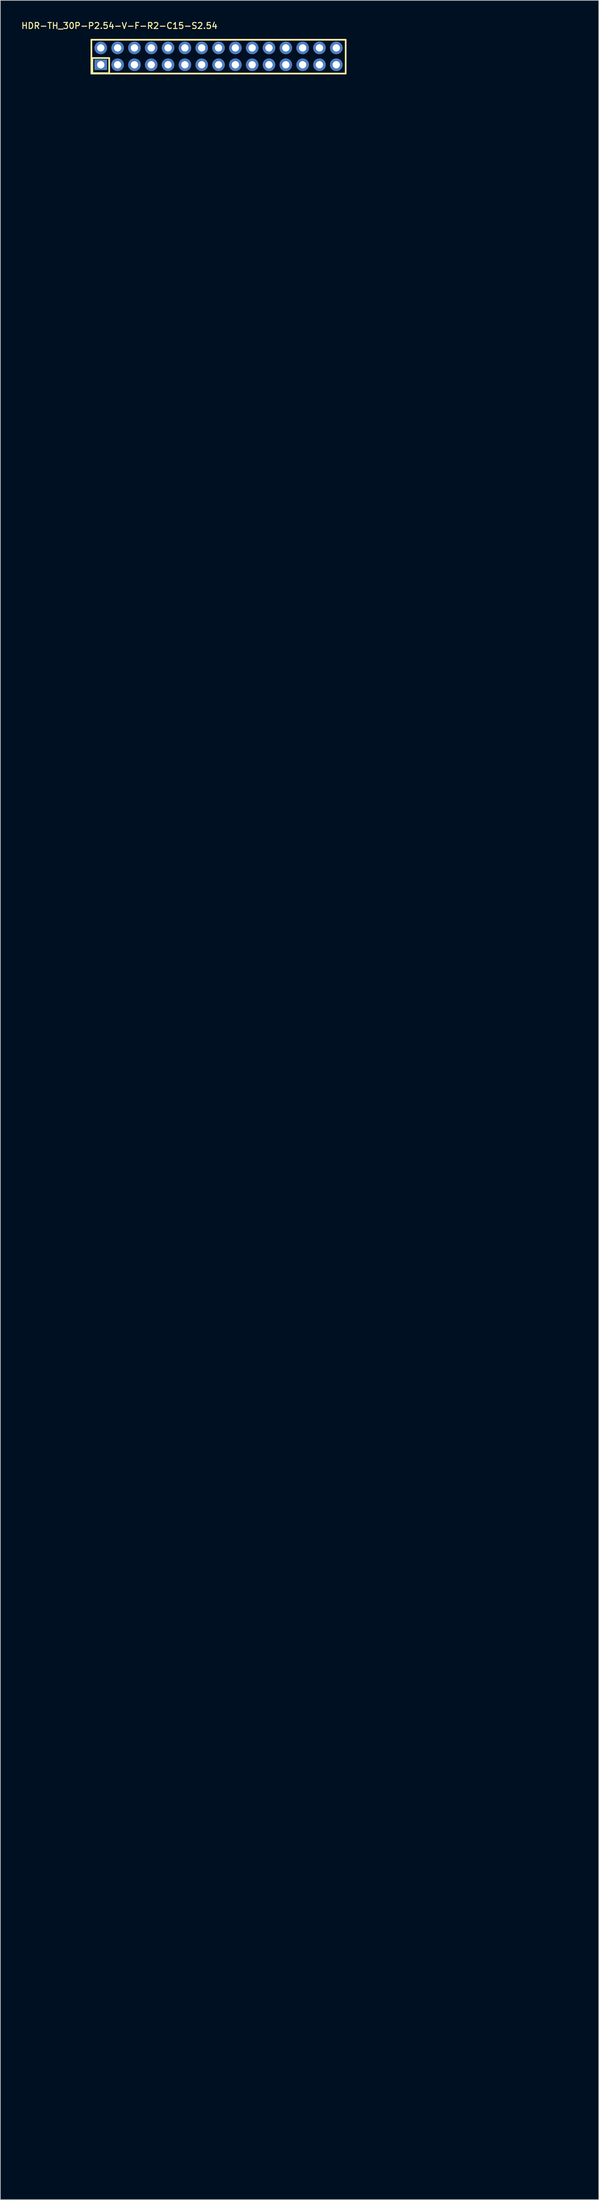
<source format=kicad_pcb>
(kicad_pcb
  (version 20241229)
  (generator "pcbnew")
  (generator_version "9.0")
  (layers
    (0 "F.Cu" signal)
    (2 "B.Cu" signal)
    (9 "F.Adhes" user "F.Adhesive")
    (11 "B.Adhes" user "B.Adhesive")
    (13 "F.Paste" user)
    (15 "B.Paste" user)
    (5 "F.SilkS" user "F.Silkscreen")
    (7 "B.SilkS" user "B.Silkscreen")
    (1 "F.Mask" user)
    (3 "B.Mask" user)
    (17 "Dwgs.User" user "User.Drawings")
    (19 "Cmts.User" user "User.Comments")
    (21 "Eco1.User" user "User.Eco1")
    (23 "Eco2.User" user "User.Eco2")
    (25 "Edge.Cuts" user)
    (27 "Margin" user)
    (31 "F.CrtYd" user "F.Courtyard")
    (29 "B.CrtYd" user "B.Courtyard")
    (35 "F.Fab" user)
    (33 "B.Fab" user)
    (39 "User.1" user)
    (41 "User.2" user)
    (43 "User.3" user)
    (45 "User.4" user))
  (footprint "HDR-TH_30P-P2.54-V-F-R2-C15-S2.54"
    (layer "F.Cu")
    (at 29.948 5.444)
    (property "Reference" "HDR-TH_30P-P2.54-V-F-R2-C15-S2.54" (at -0.065 -4.072 180) (layer "F.SilkS") (effects (font (size 0.914 0.914) (thickness 0.152)) (justify right bottom)))
    (fp_line (start -19.2 -2.5) (end 19.2 -2.5) (stroke (width 0.254) (type default)) (layer "F.SilkS"))
    (fp_line (start -19.2 2.6) (end -19.2 -2.5) (stroke (width 0.254) (type default)) (layer "F.SilkS"))
    (fp_line (start -19.05 0.254) (end -16.51 0.254) (stroke (width 0.254) (type default)) (layer "F.SilkS"))
    (fp_line (start -19.05 2.54) (end -19.05 0.254) (stroke (width 0.254) (type default)) (layer "F.SilkS"))
    (fp_line (start -16.51 0.254) (end -16.51 2.54) (stroke (width 0.254) (type default)) (layer "F.SilkS"))
    (fp_line (start -16.51 2.54) (end -19.05 2.54) (stroke (width 0.254) (type default)) (layer "F.SilkS"))
    (fp_line (start 19.2 -2.5) (end 19.2 2.6) (stroke (width 0.254) (type default)) (layer "F.SilkS"))
    (fp_line (start 19.2 2.6) (end -19.2 2.6) (stroke (width 0.254) (type default)) (layer "F.SilkS"))
    (fp_circle (center -19.25 2.5) (end -19.22 2.5) (stroke (width 0.06) (type default)) (fill no) (layer "User.5"))
    (pad "1" thru_hole rect (at -17.78 1.27) (size 1.9 1.575) (drill 1.1) (layers "*.Cu" "*.Mask"))
    (pad "2" thru_hole oval (at -17.78 -1.27) (size 1.9 1.9) (drill 1.1) (layers "*.Cu" "*.Mask"))
    (pad "3" thru_hole oval (at -15.24 1.27) (size 1.9 1.9) (drill 1.1) (layers "*.Cu" "*.Mask"))
    (pad "4" thru_hole oval (at -15.24 -1.27) (size 1.9 1.9) (drill 1.1) (layers "*.Cu" "*.Mask"))
    (pad "5" thru_hole oval (at -12.7 1.27) (size 1.9 1.9) (drill 1.1) (layers "*.Cu" "*.Mask"))
    (pad "6" thru_hole oval (at -12.7 -1.27) (size 1.9 1.9) (drill 1.1) (layers "*.Cu" "*.Mask"))
    (pad "7" thru_hole oval (at -10.16 1.27) (size 1.9 1.9) (drill 1.1) (layers "*.Cu" "*.Mask"))
    (pad "8" thru_hole oval (at -10.16 -1.27) (size 1.9 1.9) (drill 1.1) (layers "*.Cu" "*.Mask"))
    (pad "9" thru_hole oval (at -7.62 1.27) (size 1.9 1.9) (drill 1.1) (layers "*.Cu" "*.Mask"))
    (pad "10" thru_hole oval (at -7.62 -1.27) (size 1.9 1.9) (drill 1.1) (layers "*.Cu" "*.Mask"))
    (pad "11" thru_hole oval (at -5.08 1.27) (size 1.9 1.9) (drill 1.1) (layers "*.Cu" "*.Mask"))
    (pad "12" thru_hole oval (at -5.08 -1.27) (size 1.9 1.9) (drill 1.1) (layers "*.Cu" "*.Mask"))
    (pad "13" thru_hole oval (at -2.54 1.27) (size 1.9 1.9) (drill 1.1) (layers "*.Cu" "*.Mask"))
    (pad "14" thru_hole oval (at -2.54 -1.27) (size 1.9 1.9) (drill 1.1) (layers "*.Cu" "*.Mask"))
    (pad "15" thru_hole oval (at 0 1.27) (size 1.9 1.9) (drill 1.1) (layers "*.Cu" "*.Mask"))
    (pad "16" thru_hole oval (at 0 -1.27) (size 1.9 1.9) (drill 1.1) (layers "*.Cu" "*.Mask"))
    (pad "17" thru_hole oval (at 2.54 1.27) (size 1.9 1.9) (drill 1.1) (layers "*.Cu" "*.Mask"))
    (pad "18" thru_hole oval (at 2.54 -1.27) (size 1.9 1.9) (drill 1.1) (layers "*.Cu" "*.Mask"))
    (pad "19" thru_hole oval (at 5.08 1.27) (size 1.9 1.9) (drill 1.1) (layers "*.Cu" "*.Mask"))
    (pad "20" thru_hole oval (at 5.08 -1.27) (size 1.9 1.9) (drill 1.1) (layers "*.Cu" "*.Mask"))
    (pad "21" thru_hole oval (at 7.62 1.27) (size 1.9 1.9) (drill 1.1) (layers "*.Cu" "*.Mask"))
    (pad "22" thru_hole oval (at 7.62 -1.27) (size 1.9 1.9) (drill 1.1) (layers "*.Cu" "*.Mask"))
    (pad "23" thru_hole oval (at 10.16 1.27) (size 1.9 1.9) (drill 1.1) (layers "*.Cu" "*.Mask"))
    (pad "24" thru_hole oval (at 10.16 -1.27) (size 1.9 1.9) (drill 1.1) (layers "*.Cu" "*.Mask"))
    (pad "25" thru_hole oval (at 12.7 1.27) (size 1.9 1.9) (drill 1.1) (layers "*.Cu" "*.Mask"))
    (pad "26" thru_hole oval (at 12.7 -1.27) (size 1.9 1.9) (drill 1.1) (layers "*.Cu" "*.Mask"))
    (pad "27" thru_hole oval (at 15.24 1.27) (size 1.9 1.9) (drill 1.1) (layers "*.Cu" "*.Mask"))
    (pad "28" thru_hole oval (at 15.24 -1.27) (size 1.9 1.9) (drill 1.1) (layers "*.Cu" "*.Mask"))
    (pad "29" thru_hole oval (at 17.78 1.27) (size 1.9 1.9) (drill 1.1) (layers "*.Cu" "*.Mask"))
    (pad "30" thru_hole oval (at 17.78 -1.27) (size 1.9 1.9) (drill 1.1) (layers "*.Cu" "*.Mask"))
    (zone (net_name "") (layer "User.3") (hatch edge 0.5) (priority 100) (connect_pads yes) (min_thickness 0) (filled_areas_thickness no) (fill yes) (polygon (pts (xy 45.861 325.627) (xy 45.861 320.627) (xy 84.361 320.627) (xy 84.361 325.627))) (filled_polygon (layer "User.3") (island) (pts (xy 45.861 325.627) (xy 45.861 320.627) (xy 84.361 320.627) (xy 84.361 325.627))))
    (zone (net_name "") (layer "User.4") (hatch edge 0.5) (priority 100) (connect_pads yes) (min_thickness 0) (filled_areas_thickness no) (fill yes) (polygon (pts (xy 46.661 322.712) (xy 47.301 322.712) (xy 47.301 323.112) (xy 46.661 323.112))) (filled_polygon (layer "User.4") (island) (pts (xy 46.661 322.712) (xy 47.301 322.712) (xy 47.301 323.112) (xy 46.661 323.112))))
    (zone (net_name "") (layer "User.4") (hatch edge 0.5) (priority 100) (connect_pads yes) (min_thickness 0) (filled_areas_thickness no) (fill yes) (polygon (pts (xy 46.661 325.252) (xy 47.301 325.252) (xy 47.301 325.652) (xy 46.661 325.652))) (filled_polygon (layer "User.4") (island) (pts (xy 46.661 325.252) (xy 47.301 325.252) (xy 47.301 325.652) (xy 46.661 325.652))))
    (zone (net_name "") (layer "User.4") (hatch edge 0.5) (priority 100) (connect_pads yes) (min_thickness 0) (filled_areas_thickness no) (fill yes) (polygon (pts (xy 49.201 322.712) (xy 49.841 322.712) (xy 49.841 323.112) (xy 49.201 323.112))) (filled_polygon (layer "User.4") (island) (pts (xy 49.201 322.712) (xy 49.841 322.712) (xy 49.841 323.112) (xy 49.201 323.112))))
    (zone (net_name "") (layer "User.4") (hatch edge 0.5) (priority 100) (connect_pads yes) (min_thickness 0) (filled_areas_thickness no) (fill yes) (polygon (pts (xy 49.201 325.252) (xy 49.841 325.252) (xy 49.841 325.652) (xy 49.201 325.652))) (filled_polygon (layer "User.4") (island) (pts (xy 49.201 325.252) (xy 49.841 325.252) (xy 49.841 325.652) (xy 49.201 325.652))))
    (zone (net_name "") (layer "User.4") (hatch edge 0.5) (priority 100) (connect_pads yes) (min_thickness 0) (filled_areas_thickness no) (fill yes) (polygon (pts (xy 51.741 322.712) (xy 52.381 322.712) (xy 52.381 323.112) (xy 51.741 323.112))) (filled_polygon (layer "User.4") (island) (pts (xy 51.741 322.712) (xy 52.381 322.712) (xy 52.381 323.112) (xy 51.741 323.112))))
    (zone (net_name "") (layer "User.4") (hatch edge 0.5) (priority 100) (connect_pads yes) (min_thickness 0) (filled_areas_thickness no) (fill yes) (polygon (pts (xy 51.741 325.252) (xy 52.381 325.252) (xy 52.381 325.652) (xy 51.741 325.652))) (filled_polygon (layer "User.4") (island) (pts (xy 51.741 325.252) (xy 52.381 325.252) (xy 52.381 325.652) (xy 51.741 325.652))))
    (zone (net_name "") (layer "User.4") (hatch edge 0.5) (priority 100) (connect_pads yes) (min_thickness 0) (filled_areas_thickness no) (fill yes) (polygon (pts (xy 54.281 322.712) (xy 54.921 322.712) (xy 54.921 323.112) (xy 54.281 323.112))) (filled_polygon (layer "User.4") (island) (pts (xy 54.281 322.712) (xy 54.921 322.712) (xy 54.921 323.112) (xy 54.281 323.112))))
    (zone (net_name "") (layer "User.4") (hatch edge 0.5) (priority 100) (connect_pads yes) (min_thickness 0) (filled_areas_thickness no) (fill yes) (polygon (pts (xy 54.281 325.252) (xy 54.921 325.252) (xy 54.921 325.652) (xy 54.281 325.652))) (filled_polygon (layer "User.4") (island) (pts (xy 54.281 325.252) (xy 54.921 325.252) (xy 54.921 325.652) (xy 54.281 325.652))))
    (zone (net_name "") (layer "User.4") (hatch edge 0.5) (priority 100) (connect_pads yes) (min_thickness 0) (filled_areas_thickness no) (fill yes) (polygon (pts (xy 56.821 322.712) (xy 57.461 322.712) (xy 57.461 323.112) (xy 56.821 323.112))) (filled_polygon (layer "User.4") (island) (pts (xy 56.821 322.712) (xy 57.461 322.712) (xy 57.461 323.112) (xy 56.821 323.112))))
    (zone (net_name "") (layer "User.4") (hatch edge 0.5) (priority 100) (connect_pads yes) (min_thickness 0) (filled_areas_thickness no) (fill yes) (polygon (pts (xy 56.821 325.252) (xy 57.461 325.252) (xy 57.461 325.652) (xy 56.821 325.652))) (filled_polygon (layer "User.4") (island) (pts (xy 56.821 325.252) (xy 57.461 325.252) (xy 57.461 325.652) (xy 56.821 325.652))))
    (zone (net_name "") (layer "User.4") (hatch edge 0.5) (priority 100) (connect_pads yes) (min_thickness 0) (filled_areas_thickness no) (fill yes) (polygon (pts (xy 59.361 322.712) (xy 60.001 322.712) (xy 60.001 323.112) (xy 59.361 323.112))) (filled_polygon (layer "User.4") (island) (pts (xy 59.361 322.712) (xy 60.001 322.712) (xy 60.001 323.112) (xy 59.361 323.112))))
    (zone (net_name "") (layer "User.4") (hatch edge 0.5) (priority 100) (connect_pads yes) (min_thickness 0) (filled_areas_thickness no) (fill yes) (polygon (pts (xy 59.361 325.252) (xy 60.001 325.252) (xy 60.001 325.652) (xy 59.361 325.652))) (filled_polygon (layer "User.4") (island) (pts (xy 59.361 325.252) (xy 60.001 325.252) (xy 60.001 325.652) (xy 59.361 325.652))))
    (zone (net_name "") (layer "User.4") (hatch edge 0.5) (priority 100) (connect_pads yes) (min_thickness 0) (filled_areas_thickness no) (fill yes) (polygon (pts (xy 61.901 322.712) (xy 62.541 322.712) (xy 62.541 323.112) (xy 61.901 323.112))) (filled_polygon (layer "User.4") (island) (pts (xy 61.901 322.712) (xy 62.541 322.712) (xy 62.541 323.112) (xy 61.901 323.112))))
    (zone (net_name "") (layer "User.4") (hatch edge 0.5) (priority 100) (connect_pads yes) (min_thickness 0) (filled_areas_thickness no) (fill yes) (polygon (pts (xy 61.901 325.252) (xy 62.541 325.252) (xy 62.541 325.652) (xy 61.901 325.652))) (filled_polygon (layer "User.4") (island) (pts (xy 61.901 325.252) (xy 62.541 325.252) (xy 62.541 325.652) (xy 61.901 325.652))))
    (zone (net_name "") (layer "User.4") (hatch edge 0.5) (priority 100) (connect_pads yes) (min_thickness 0) (filled_areas_thickness no) (fill yes) (polygon (pts (xy 64.441 322.712) (xy 65.081 322.712) (xy 65.081 323.112) (xy 64.441 323.112))) (filled_polygon (layer "User.4") (island) (pts (xy 64.441 322.712) (xy 65.081 322.712) (xy 65.081 323.112) (xy 64.441 323.112))))
    (zone (net_name "") (layer "User.4") (hatch edge 0.5) (priority 100) (connect_pads yes) (min_thickness 0) (filled_areas_thickness no) (fill yes) (polygon (pts (xy 64.441 325.252) (xy 65.081 325.252) (xy 65.081 325.652) (xy 64.441 325.652))) (filled_polygon (layer "User.4") (island) (pts (xy 64.441 325.252) (xy 65.081 325.252) (xy 65.081 325.652) (xy 64.441 325.652))))
    (zone (net_name "") (layer "User.4") (hatch edge 0.5) (priority 100) (connect_pads yes) (min_thickness 0) (filled_areas_thickness no) (fill yes) (polygon (pts (xy 66.981 322.712) (xy 67.621 322.712) (xy 67.621 323.112) (xy 66.981 323.112))) (filled_polygon (layer "User.4") (island) (pts (xy 66.981 322.712) (xy 67.621 322.712) (xy 67.621 323.112) (xy 66.981 323.112))))
    (zone (net_name "") (layer "User.4") (hatch edge 0.5) (priority 100) (connect_pads yes) (min_thickness 0) (filled_areas_thickness no) (fill yes) (polygon (pts (xy 66.981 325.252) (xy 67.621 325.252) (xy 67.621 325.652) (xy 66.981 325.652))) (filled_polygon (layer "User.4") (island) (pts (xy 66.981 325.252) (xy 67.621 325.252) (xy 67.621 325.652) (xy 66.981 325.652))))
    (zone (net_name "") (layer "User.4") (hatch edge 0.5) (priority 100) (connect_pads yes) (min_thickness 0) (filled_areas_thickness no) (fill yes) (polygon (pts (xy 69.521 322.712) (xy 70.161 322.712) (xy 70.161 323.112) (xy 69.521 323.112))) (filled_polygon (layer "User.4") (island) (pts (xy 69.521 322.712) (xy 70.161 322.712) (xy 70.161 323.112) (xy 69.521 323.112))))
    (zone (net_name "") (layer "User.4") (hatch edge 0.5) (priority 100) (connect_pads yes) (min_thickness 0) (filled_areas_thickness no) (fill yes) (polygon (pts (xy 69.521 325.252) (xy 70.161 325.252) (xy 70.161 325.652) (xy 69.521 325.652))) (filled_polygon (layer "User.4") (island) (pts (xy 69.521 325.252) (xy 70.161 325.252) (xy 70.161 325.652) (xy 69.521 325.652))))
    (zone (net_name "") (layer "User.4") (hatch edge 0.5) (priority 100) (connect_pads yes) (min_thickness 0) (filled_areas_thickness no) (fill yes) (polygon (pts (xy 72.061 322.712) (xy 72.701 322.712) (xy 72.701 323.112) (xy 72.061 323.112))) (filled_polygon (layer "User.4") (island) (pts (xy 72.061 322.712) (xy 72.701 322.712) (xy 72.701 323.112) (xy 72.061 323.112))))
    (zone (net_name "") (layer "User.4") (hatch edge 0.5) (priority 100) (connect_pads yes) (min_thickness 0) (filled_areas_thickness no) (fill yes) (polygon (pts (xy 72.061 325.252) (xy 72.701 325.252) (xy 72.701 325.652) (xy 72.061 325.652))) (filled_polygon (layer "User.4") (island) (pts (xy 72.061 325.252) (xy 72.701 325.252) (xy 72.701 325.652) (xy 72.061 325.652))))
    (zone (net_name "") (layer "User.4") (hatch edge 0.5) (priority 100) (connect_pads yes) (min_thickness 0) (filled_areas_thickness no) (fill yes) (polygon (pts (xy 74.601 322.712) (xy 75.241 322.712) (xy 75.241 323.112) (xy 74.601 323.112))) (filled_polygon (layer "User.4") (island) (pts (xy 74.601 322.712) (xy 75.241 322.712) (xy 75.241 323.112) (xy 74.601 323.112))))
    (zone (net_name "") (layer "User.4") (hatch edge 0.5) (priority 100) (connect_pads yes) (min_thickness 0) (filled_areas_thickness no) (fill yes) (polygon (pts (xy 74.601 325.252) (xy 75.241 325.252) (xy 75.241 325.652) (xy 74.601 325.652))) (filled_polygon (layer "User.4") (island) (pts (xy 74.601 325.252) (xy 75.241 325.252) (xy 75.241 325.652) (xy 74.601 325.652))))
    (zone (net_name "") (layer "User.4") (hatch edge 0.5) (priority 100) (connect_pads yes) (min_thickness 0) (filled_areas_thickness no) (fill yes) (polygon (pts (xy 77.141 322.712) (xy 77.781 322.712) (xy 77.781 323.112) (xy 77.141 323.112))) (filled_polygon (layer "User.4") (island) (pts (xy 77.141 322.712) (xy 77.781 322.712) (xy 77.781 323.112) (xy 77.141 323.112))))
    (zone (net_name "") (layer "User.4") (hatch edge 0.5) (priority 100) (connect_pads yes) (min_thickness 0) (filled_areas_thickness no) (fill yes) (polygon (pts (xy 77.141 325.252) (xy 77.781 325.252) (xy 77.781 325.652) (xy 77.141 325.652))) (filled_polygon (layer "User.4") (island) (pts (xy 77.141 325.252) (xy 77.781 325.252) (xy 77.781 325.652) (xy 77.141 325.652))))
    (zone (net_name "") (layer "User.4") (hatch edge 0.5) (priority 100) (connect_pads yes) (min_thickness 0) (filled_areas_thickness no) (fill yes) (polygon (pts (xy 79.681 322.712) (xy 80.321 322.712) (xy 80.321 323.112) (xy 79.681 323.112))) (filled_polygon (layer "User.4") (island) (pts (xy 79.681 322.712) (xy 80.321 322.712) (xy 80.321 323.112) (xy 79.681 323.112))))
    (zone (net_name "") (layer "User.4") (hatch edge 0.5) (priority 100) (connect_pads yes) (min_thickness 0) (filled_areas_thickness no) (fill yes) (polygon (pts (xy 79.681 325.252) (xy 80.321 325.252) (xy 80.321 325.652) (xy 79.681 325.652))) (filled_polygon (layer "User.4") (island) (pts (xy 79.681 325.252) (xy 80.321 325.252) (xy 80.321 325.652) (xy 79.681 325.652))))
    (zone (net_name "") (layer "User.4") (hatch edge 0.5) (priority 100) (connect_pads yes) (min_thickness 0) (filled_areas_thickness no) (fill yes) (polygon (pts (xy 82.221 322.712) (xy 82.861 322.712) (xy 82.861 323.112) (xy 82.221 323.112))) (filled_polygon (layer "User.4") (island) (pts (xy 82.221 322.712) (xy 82.861 322.712) (xy 82.861 323.112) (xy 82.221 323.112))))
    (zone (net_name "") (layer "User.4") (hatch edge 0.5) (priority 100) (connect_pads yes) (min_thickness 0) (filled_areas_thickness no) (fill yes) (polygon (pts (xy 82.221 325.252) (xy 82.861 325.252) (xy 82.861 325.652) (xy 82.221 325.652))) (filled_polygon (layer "User.4") (island) (pts (xy 82.221 325.252) (xy 82.861 325.252) (xy 82.861 325.652) (xy 82.221 325.652)))))
  (gr_rect
    (start -3 -3)
    (end 87.361 328.652)
    (stroke (width 0.1) (type default))
    (fill no)
    (layer "Edge.Cuts")))
</source>
